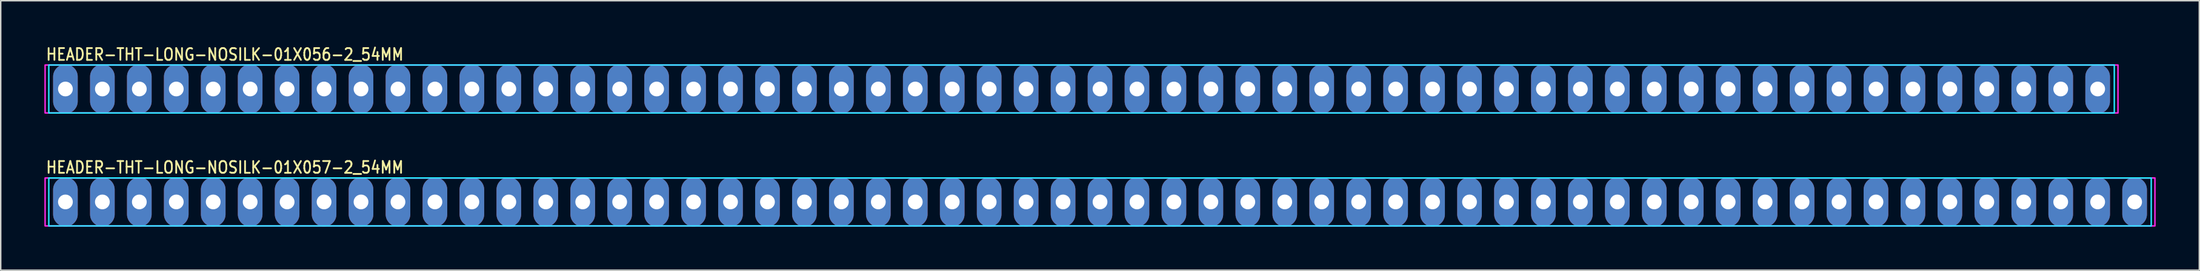
<source format=kicad_pcb>
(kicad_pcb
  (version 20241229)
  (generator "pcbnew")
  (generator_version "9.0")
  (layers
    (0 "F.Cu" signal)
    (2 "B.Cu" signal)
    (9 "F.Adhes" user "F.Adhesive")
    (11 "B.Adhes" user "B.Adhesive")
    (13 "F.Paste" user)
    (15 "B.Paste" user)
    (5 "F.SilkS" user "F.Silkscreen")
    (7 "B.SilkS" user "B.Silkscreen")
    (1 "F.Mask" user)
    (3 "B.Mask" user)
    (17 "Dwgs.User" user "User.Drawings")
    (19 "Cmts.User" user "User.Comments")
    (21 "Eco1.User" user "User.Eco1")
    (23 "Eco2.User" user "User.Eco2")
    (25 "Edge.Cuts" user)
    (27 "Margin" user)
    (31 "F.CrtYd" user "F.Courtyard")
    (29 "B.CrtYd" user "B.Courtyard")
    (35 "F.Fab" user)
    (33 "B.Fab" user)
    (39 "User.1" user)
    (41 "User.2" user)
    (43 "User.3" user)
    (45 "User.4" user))
  (footprint "HEADER-THT-LONG-NOSILK-01X056-2_54MM"
    (layer "F.Cu")
    (at 1.447 3.079)
    (property "Reference" "HEADER-THT-LONG-NOSILK-01X056-2_54MM" (at -1.4 -1.9 0) (unlocked yes) (layer "F.SilkS") (effects (font (size 0.813 0.695) (thickness 0.122)) (justify left bottom)))
    (fp_poly (pts (xy -1.143 -1.651) (xy 140.843 -1.651) (xy 140.843 1.651) (xy -1.143 1.651)) (stroke (width 0.1) (type solid)) (fill no) (layer "B.CrtYd"))
    (fp_poly (pts (xy -1.397 -1.651) (xy 141.097 -1.651) (xy 141.097 1.651) (xy -1.397 1.651)) (stroke (width 0.1) (type solid)) (fill no) (layer "F.CrtYd"))
    (pad "1" thru_hole oval (at 0 0 90) (size 3.387 1.693) (drill 1.016) (layers "*.Cu" "*.Mask"))
    (pad "2" thru_hole oval (at 2.54 0 90) (size 3.387 1.693) (drill 1.016) (layers "*.Cu" "*.Mask"))
    (pad "3" thru_hole oval (at 5.08 0 90) (size 3.387 1.693) (drill 1.016) (layers "*.Cu" "*.Mask"))
    (pad "4" thru_hole oval (at 7.62 0 90) (size 3.387 1.693) (drill 1.016) (layers "*.Cu" "*.Mask"))
    (pad "5" thru_hole oval (at 10.16 0 90) (size 3.387 1.693) (drill 1.016) (layers "*.Cu" "*.Mask"))
    (pad "6" thru_hole oval (at 12.7 0 90) (size 3.387 1.693) (drill 1.016) (layers "*.Cu" "*.Mask"))
    (pad "7" thru_hole oval (at 15.24 0 90) (size 3.387 1.693) (drill 1.016) (layers "*.Cu" "*.Mask"))
    (pad "8" thru_hole oval (at 17.78 0 90) (size 3.387 1.693) (drill 1.016) (layers "*.Cu" "*.Mask"))
    (pad "9" thru_hole oval (at 20.32 0 90) (size 3.387 1.693) (drill 1.016) (layers "*.Cu" "*.Mask"))
    (pad "10" thru_hole oval (at 22.86 0 90) (size 3.387 1.693) (drill 1.016) (layers "*.Cu" "*.Mask"))
    (pad "11" thru_hole oval (at 25.4 0 90) (size 3.387 1.693) (drill 1.016) (layers "*.Cu" "*.Mask"))
    (pad "12" thru_hole oval (at 27.94 0 90) (size 3.387 1.693) (drill 1.016) (layers "*.Cu" "*.Mask"))
    (pad "13" thru_hole oval (at 30.48 0 90) (size 3.387 1.693) (drill 1.016) (layers "*.Cu" "*.Mask"))
    (pad "14" thru_hole oval (at 33.02 0 90) (size 3.387 1.693) (drill 1.016) (layers "*.Cu" "*.Mask"))
    (pad "15" thru_hole oval (at 35.56 0 90) (size 3.387 1.693) (drill 1.016) (layers "*.Cu" "*.Mask"))
    (pad "16" thru_hole oval (at 38.1 0 90) (size 3.387 1.693) (drill 1.016) (layers "*.Cu" "*.Mask"))
    (pad "17" thru_hole oval (at 40.64 0 90) (size 3.387 1.693) (drill 1.016) (layers "*.Cu" "*.Mask"))
    (pad "18" thru_hole oval (at 43.18 0 90) (size 3.387 1.693) (drill 1.016) (layers "*.Cu" "*.Mask"))
    (pad "19" thru_hole oval (at 45.72 0 90) (size 3.387 1.693) (drill 1.016) (layers "*.Cu" "*.Mask"))
    (pad "20" thru_hole oval (at 48.26 0 90) (size 3.387 1.693) (drill 1.016) (layers "*.Cu" "*.Mask"))
    (pad "21" thru_hole oval (at 50.8 0 90) (size 3.387 1.693) (drill 1.016) (layers "*.Cu" "*.Mask"))
    (pad "22" thru_hole oval (at 53.34 0 90) (size 3.387 1.693) (drill 1.016) (layers "*.Cu" "*.Mask"))
    (pad "23" thru_hole oval (at 55.88 0 90) (size 3.387 1.693) (drill 1.016) (layers "*.Cu" "*.Mask"))
    (pad "24" thru_hole oval (at 58.42 0 90) (size 3.387 1.693) (drill 1.016) (layers "*.Cu" "*.Mask"))
    (pad "25" thru_hole oval (at 60.96 0 90) (size 3.387 1.693) (drill 1.016) (layers "*.Cu" "*.Mask"))
    (pad "26" thru_hole oval (at 63.5 0 90) (size 3.387 1.693) (drill 1.016) (layers "*.Cu" "*.Mask"))
    (pad "27" thru_hole oval (at 66.04 0 90) (size 3.387 1.693) (drill 1.016) (layers "*.Cu" "*.Mask"))
    (pad "28" thru_hole oval (at 68.58 0 90) (size 3.387 1.693) (drill 1.016) (layers "*.Cu" "*.Mask"))
    (pad "29" thru_hole oval (at 71.12 0 90) (size 3.387 1.693) (drill 1.016) (layers "*.Cu" "*.Mask"))
    (pad "30" thru_hole oval (at 73.66 0 90) (size 3.387 1.693) (drill 1.016) (layers "*.Cu" "*.Mask"))
    (pad "31" thru_hole oval (at 76.2 0 90) (size 3.387 1.693) (drill 1.016) (layers "*.Cu" "*.Mask"))
    (pad "32" thru_hole oval (at 78.74 0 90) (size 3.387 1.693) (drill 1.016) (layers "*.Cu" "*.Mask"))
    (pad "33" thru_hole oval (at 81.28 0 90) (size 3.387 1.693) (drill 1.016) (layers "*.Cu" "*.Mask"))
    (pad "34" thru_hole oval (at 83.82 0 90) (size 3.387 1.693) (drill 1.016) (layers "*.Cu" "*.Mask"))
    (pad "35" thru_hole oval (at 86.36 0 90) (size 3.387 1.693) (drill 1.016) (layers "*.Cu" "*.Mask"))
    (pad "36" thru_hole oval (at 88.9 0 90) (size 3.387 1.693) (drill 1.016) (layers "*.Cu" "*.Mask"))
    (pad "37" thru_hole oval (at 91.44 0 90) (size 3.387 1.693) (drill 1.016) (layers "*.Cu" "*.Mask"))
    (pad "38" thru_hole oval (at 93.98 0 90) (size 3.387 1.693) (drill 1.016) (layers "*.Cu" "*.Mask"))
    (pad "39" thru_hole oval (at 96.52 0 90) (size 3.387 1.693) (drill 1.016) (layers "*.Cu" "*.Mask"))
    (pad "40" thru_hole oval (at 99.06 0 90) (size 3.387 1.693) (drill 1.016) (layers "*.Cu" "*.Mask"))
    (pad "41" thru_hole oval (at 101.6 0 90) (size 3.387 1.693) (drill 1.016) (layers "*.Cu" "*.Mask"))
    (pad "42" thru_hole oval (at 104.14 0 90) (size 3.387 1.693) (drill 1.016) (layers "*.Cu" "*.Mask"))
    (pad "43" thru_hole oval (at 106.68 0 90) (size 3.387 1.693) (drill 1.016) (layers "*.Cu" "*.Mask"))
    (pad "44" thru_hole oval (at 109.22 0 90) (size 3.387 1.693) (drill 1.016) (layers "*.Cu" "*.Mask"))
    (pad "45" thru_hole oval (at 111.76 0 90) (size 3.387 1.693) (drill 1.016) (layers "*.Cu" "*.Mask"))
    (pad "46" thru_hole oval (at 114.3 0 90) (size 3.387 1.693) (drill 1.016) (layers "*.Cu" "*.Mask"))
    (pad "47" thru_hole oval (at 116.84 0 90) (size 3.387 1.693) (drill 1.016) (layers "*.Cu" "*.Mask"))
    (pad "48" thru_hole oval (at 119.38 0 90) (size 3.387 1.693) (drill 1.016) (layers "*.Cu" "*.Mask"))
    (pad "49" thru_hole oval (at 121.92 0 90) (size 3.387 1.693) (drill 1.016) (layers "*.Cu" "*.Mask"))
    (pad "50" thru_hole oval (at 124.46 0 90) (size 3.387 1.693) (drill 1.016) (layers "*.Cu" "*.Mask"))
    (pad "51" thru_hole oval (at 127 0 90) (size 3.387 1.693) (drill 1.016) (layers "*.Cu" "*.Mask"))
    (pad "52" thru_hole oval (at 129.54 0 90) (size 3.387 1.693) (drill 1.016) (layers "*.Cu" "*.Mask"))
    (pad "53" thru_hole oval (at 132.08 0 90) (size 3.387 1.693) (drill 1.016) (layers "*.Cu" "*.Mask"))
    (pad "54" thru_hole oval (at 134.62 0 90) (size 3.387 1.693) (drill 1.016) (layers "*.Cu" "*.Mask"))
    (pad "55" thru_hole oval (at 137.16 0 90) (size 3.387 1.693) (drill 1.016) (layers "*.Cu" "*.Mask"))
    (pad "56" thru_hole oval (at 139.7 0 90) (size 3.387 1.693) (drill 1.016) (layers "*.Cu" "*.Mask")))
  (footprint "HEADER-THT-LONG-NOSILK-01X057-2_54MM"
    (layer "F.Cu")
    (at 1.447 10.858)
    (property "Reference" "HEADER-THT-LONG-NOSILK-01X057-2_54MM" (at -1.4 -1.9 0) (unlocked yes) (layer "F.SilkS") (effects (font (size 0.813 0.695) (thickness 0.122)) (justify left bottom)))
    (fp_poly (pts (xy -1.143 -1.651) (xy 143.383 -1.651) (xy 143.383 1.651) (xy -1.143 1.651)) (stroke (width 0.1) (type solid)) (fill no) (layer "B.CrtYd"))
    (fp_poly (pts (xy -1.397 -1.651) (xy 143.637 -1.651) (xy 143.637 1.651) (xy -1.397 1.651)) (stroke (width 0.1) (type solid)) (fill no) (layer "F.CrtYd"))
    (pad "1" thru_hole oval (at 0 0 90) (size 3.387 1.693) (drill 1.016) (layers "*.Cu" "*.Mask"))
    (pad "2" thru_hole oval (at 2.54 0 90) (size 3.387 1.693) (drill 1.016) (layers "*.Cu" "*.Mask"))
    (pad "3" thru_hole oval (at 5.08 0 90) (size 3.387 1.693) (drill 1.016) (layers "*.Cu" "*.Mask"))
    (pad "4" thru_hole oval (at 7.62 0 90) (size 3.387 1.693) (drill 1.016) (layers "*.Cu" "*.Mask"))
    (pad "5" thru_hole oval (at 10.16 0 90) (size 3.387 1.693) (drill 1.016) (layers "*.Cu" "*.Mask"))
    (pad "6" thru_hole oval (at 12.7 0 90) (size 3.387 1.693) (drill 1.016) (layers "*.Cu" "*.Mask"))
    (pad "7" thru_hole oval (at 15.24 0 90) (size 3.387 1.693) (drill 1.016) (layers "*.Cu" "*.Mask"))
    (pad "8" thru_hole oval (at 17.78 0 90) (size 3.387 1.693) (drill 1.016) (layers "*.Cu" "*.Mask"))
    (pad "9" thru_hole oval (at 20.32 0 90) (size 3.387 1.693) (drill 1.016) (layers "*.Cu" "*.Mask"))
    (pad "10" thru_hole oval (at 22.86 0 90) (size 3.387 1.693) (drill 1.016) (layers "*.Cu" "*.Mask"))
    (pad "11" thru_hole oval (at 25.4 0 90) (size 3.387 1.693) (drill 1.016) (layers "*.Cu" "*.Mask"))
    (pad "12" thru_hole oval (at 27.94 0 90) (size 3.387 1.693) (drill 1.016) (layers "*.Cu" "*.Mask"))
    (pad "13" thru_hole oval (at 30.48 0 90) (size 3.387 1.693) (drill 1.016) (layers "*.Cu" "*.Mask"))
    (pad "14" thru_hole oval (at 33.02 0 90) (size 3.387 1.693) (drill 1.016) (layers "*.Cu" "*.Mask"))
    (pad "15" thru_hole oval (at 35.56 0 90) (size 3.387 1.693) (drill 1.016) (layers "*.Cu" "*.Mask"))
    (pad "16" thru_hole oval (at 38.1 0 90) (size 3.387 1.693) (drill 1.016) (layers "*.Cu" "*.Mask"))
    (pad "17" thru_hole oval (at 40.64 0 90) (size 3.387 1.693) (drill 1.016) (layers "*.Cu" "*.Mask"))
    (pad "18" thru_hole oval (at 43.18 0 90) (size 3.387 1.693) (drill 1.016) (layers "*.Cu" "*.Mask"))
    (pad "19" thru_hole oval (at 45.72 0 90) (size 3.387 1.693) (drill 1.016) (layers "*.Cu" "*.Mask"))
    (pad "20" thru_hole oval (at 48.26 0 90) (size 3.387 1.693) (drill 1.016) (layers "*.Cu" "*.Mask"))
    (pad "21" thru_hole oval (at 50.8 0 90) (size 3.387 1.693) (drill 1.016) (layers "*.Cu" "*.Mask"))
    (pad "22" thru_hole oval (at 53.34 0 90) (size 3.387 1.693) (drill 1.016) (layers "*.Cu" "*.Mask"))
    (pad "23" thru_hole oval (at 55.88 0 90) (size 3.387 1.693) (drill 1.016) (layers "*.Cu" "*.Mask"))
    (pad "24" thru_hole oval (at 58.42 0 90) (size 3.387 1.693) (drill 1.016) (layers "*.Cu" "*.Mask"))
    (pad "25" thru_hole oval (at 60.96 0 90) (size 3.387 1.693) (drill 1.016) (layers "*.Cu" "*.Mask"))
    (pad "26" thru_hole oval (at 63.5 0 90) (size 3.387 1.693) (drill 1.016) (layers "*.Cu" "*.Mask"))
    (pad "27" thru_hole oval (at 66.04 0 90) (size 3.387 1.693) (drill 1.016) (layers "*.Cu" "*.Mask"))
    (pad "28" thru_hole oval (at 68.58 0 90) (size 3.387 1.693) (drill 1.016) (layers "*.Cu" "*.Mask"))
    (pad "29" thru_hole oval (at 71.12 0 90) (size 3.387 1.693) (drill 1.016) (layers "*.Cu" "*.Mask"))
    (pad "30" thru_hole oval (at 73.66 0 90) (size 3.387 1.693) (drill 1.016) (layers "*.Cu" "*.Mask"))
    (pad "31" thru_hole oval (at 76.2 0 90) (size 3.387 1.693) (drill 1.016) (layers "*.Cu" "*.Mask"))
    (pad "32" thru_hole oval (at 78.74 0 90) (size 3.387 1.693) (drill 1.016) (layers "*.Cu" "*.Mask"))
    (pad "33" thru_hole oval (at 81.28 0 90) (size 3.387 1.693) (drill 1.016) (layers "*.Cu" "*.Mask"))
    (pad "34" thru_hole oval (at 83.82 0 90) (size 3.387 1.693) (drill 1.016) (layers "*.Cu" "*.Mask"))
    (pad "35" thru_hole oval (at 86.36 0 90) (size 3.387 1.693) (drill 1.016) (layers "*.Cu" "*.Mask"))
    (pad "36" thru_hole oval (at 88.9 0 90) (size 3.387 1.693) (drill 1.016) (layers "*.Cu" "*.Mask"))
    (pad "37" thru_hole oval (at 91.44 0 90) (size 3.387 1.693) (drill 1.016) (layers "*.Cu" "*.Mask"))
    (pad "38" thru_hole oval (at 93.98 0 90) (size 3.387 1.693) (drill 1.016) (layers "*.Cu" "*.Mask"))
    (pad "39" thru_hole oval (at 96.52 0 90) (size 3.387 1.693) (drill 1.016) (layers "*.Cu" "*.Mask"))
    (pad "40" thru_hole oval (at 99.06 0 90) (size 3.387 1.693) (drill 1.016) (layers "*.Cu" "*.Mask"))
    (pad "41" thru_hole oval (at 101.6 0 90) (size 3.387 1.693) (drill 1.016) (layers "*.Cu" "*.Mask"))
    (pad "42" thru_hole oval (at 104.14 0 90) (size 3.387 1.693) (drill 1.016) (layers "*.Cu" "*.Mask"))
    (pad "43" thru_hole oval (at 106.68 0 90) (size 3.387 1.693) (drill 1.016) (layers "*.Cu" "*.Mask"))
    (pad "44" thru_hole oval (at 109.22 0 90) (size 3.387 1.693) (drill 1.016) (layers "*.Cu" "*.Mask"))
    (pad "45" thru_hole oval (at 111.76 0 90) (size 3.387 1.693) (drill 1.016) (layers "*.Cu" "*.Mask"))
    (pad "46" thru_hole oval (at 114.3 0 90) (size 3.387 1.693) (drill 1.016) (layers "*.Cu" "*.Mask"))
    (pad "47" thru_hole oval (at 116.84 0 90) (size 3.387 1.693) (drill 1.016) (layers "*.Cu" "*.Mask"))
    (pad "48" thru_hole oval (at 119.38 0 90) (size 3.387 1.693) (drill 1.016) (layers "*.Cu" "*.Mask"))
    (pad "49" thru_hole oval (at 121.92 0 90) (size 3.387 1.693) (drill 1.016) (layers "*.Cu" "*.Mask"))
    (pad "50" thru_hole oval (at 124.46 0 90) (size 3.387 1.693) (drill 1.016) (layers "*.Cu" "*.Mask"))
    (pad "51" thru_hole oval (at 127 0 90) (size 3.387 1.693) (drill 1.016) (layers "*.Cu" "*.Mask"))
    (pad "52" thru_hole oval (at 129.54 0 90) (size 3.387 1.693) (drill 1.016) (layers "*.Cu" "*.Mask"))
    (pad "53" thru_hole oval (at 132.08 0 90) (size 3.387 1.693) (drill 1.016) (layers "*.Cu" "*.Mask"))
    (pad "54" thru_hole oval (at 134.62 0 90) (size 3.387 1.693) (drill 1.016) (layers "*.Cu" "*.Mask"))
    (pad "55" thru_hole oval (at 137.16 0 90) (size 3.387 1.693) (drill 1.016) (layers "*.Cu" "*.Mask"))
    (pad "56" thru_hole oval (at 139.7 0 90) (size 3.387 1.693) (drill 1.016) (layers "*.Cu" "*.Mask"))
    (pad "57" thru_hole oval (at 142.24 0 90) (size 3.387 1.693) (drill 1.016) (layers "*.Cu" "*.Mask")))
  (gr_rect
    (start -3 -3)
    (end 148.134 15.559)
    (stroke (width 0.1) (type default))
    (fill no)
    (layer "Edge.Cuts")))
</source>
